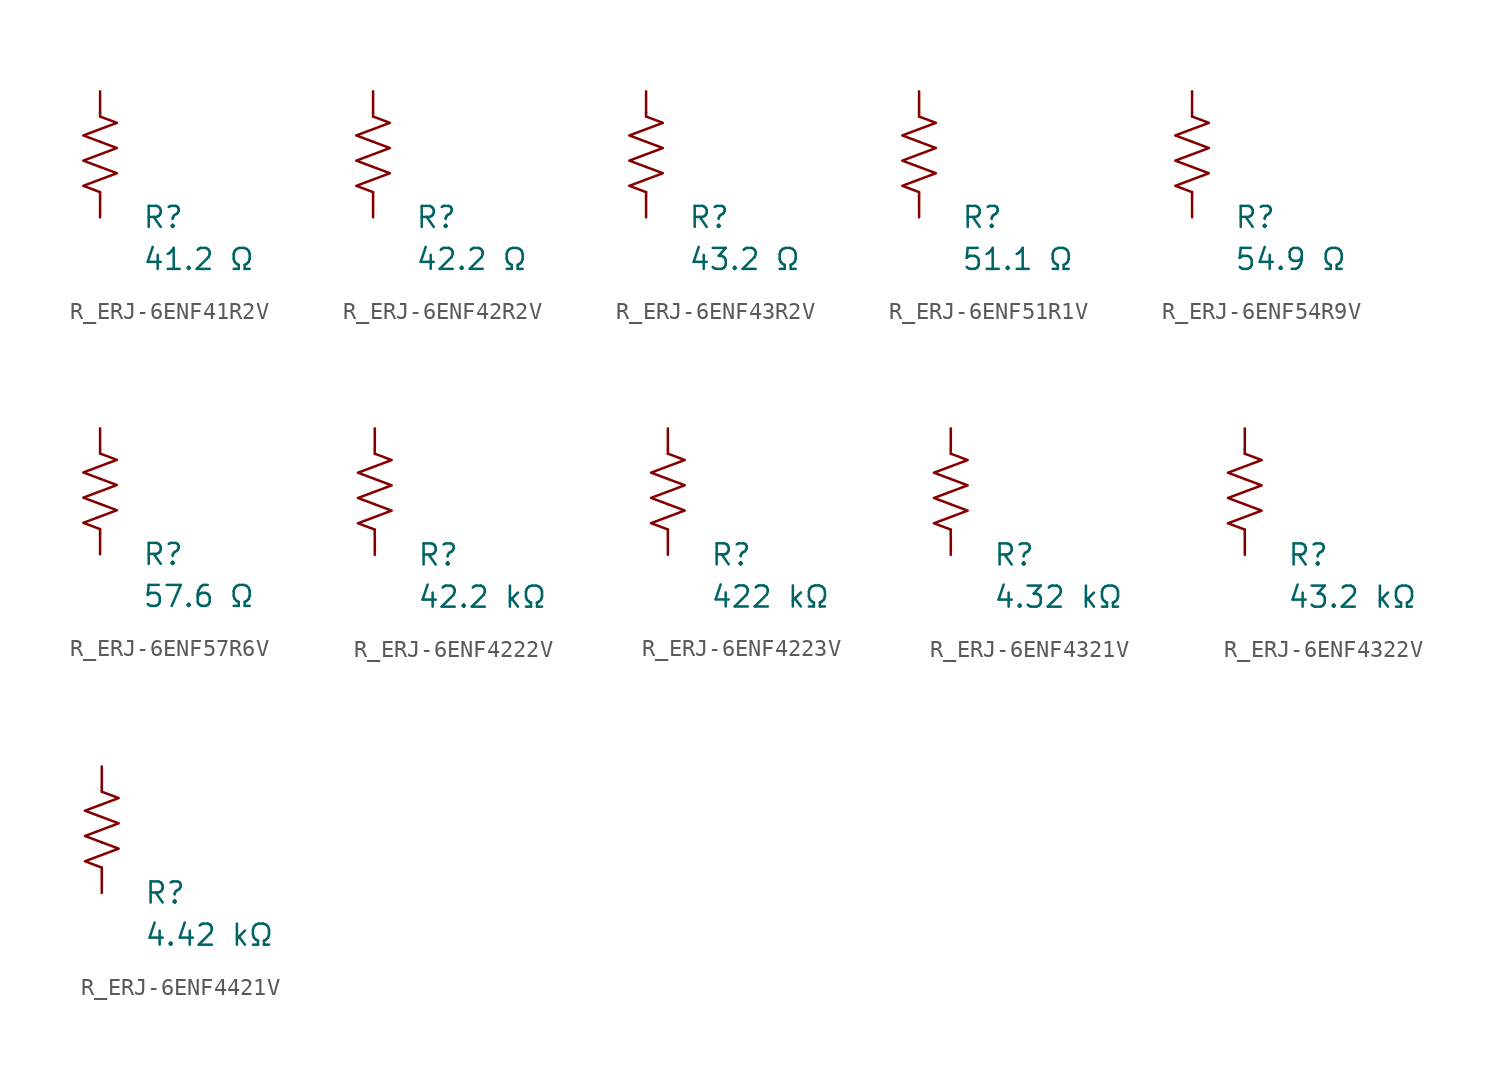
<source format=kicad_sym>
(kicad_symbol_lib
  (version 20231120)
  (generator "kicad_symbol_editor")
  (generator_version "8.0")
  (symbol "R_ERJ-6ENF41R2V"
    (pin_numbers hide)
    (pin_names
      (offset 0))
    (property "Reference" "R"
      (at 2.54 -3.81 0)
      (effects (font (size 1.27 1.27)) (justify left))
      (show_name no))
    (property "Value" "41.2 Ω"
      (at 2.54 -6.35 0)
      (effects (font (size 1.27 1.27)) (justify left))
      (show_name no))
    (symbol "R_ERJ-6ENF41R2V_0_1"
      (polyline (pts (xy 0 -2.286) (xy 0 -2.54)) (stroke (width 0) (type default)) (fill (type none)))
      (polyline (pts (xy 0 2.286) (xy 0 2.54)) (stroke (width 0) (type default)) (fill (type none)))
      (polyline (pts (xy 0 -0.762) (xy 1.016 -1.143) (xy 0 -1.524) (xy -1.016 -1.905) (xy 0 -2.286)) (stroke (width 0) (type default)) (fill (type none)))
      (polyline (pts (xy 0 0.762) (xy 1.016 0.381) (xy 0 0) (xy -1.016 -0.381) (xy 0 -0.762)) (stroke (width 0) (type default)) (fill (type none)))
      (polyline (pts (xy 0 2.286) (xy 1.016 1.905) (xy 0 1.524) (xy -1.016 1.143) (xy 0 0.762)) (stroke (width 0) (type default)) (fill (type none))))
    (symbol "R_ERJ-6ENF41R2V_1_1"
      (pin passive line (at 0 3.81 270) (length 1.27) (name "~" (effects (font (size 1.27 1.27)))) (number "1" (effects (font (size 1.27 1.27)))))
      (pin passive line (at 0 -3.81 90) (length 1.27) (name "~" (effects (font (size 1.27 1.27)))) (number "2" (effects (font (size 1.27 1.27)))))))
  (symbol "R_ERJ-6ENF42R2V"
    (pin_numbers hide)
    (pin_names
      (offset 0))
    (property "Reference" "R"
      (at 2.54 -3.81 0)
      (effects (font (size 1.27 1.27)) (justify left))
      (show_name no))
    (property "Value" "42.2 Ω"
      (at 2.54 -6.35 0)
      (effects (font (size 1.27 1.27)) (justify left))
      (show_name no))
    (symbol "R_ERJ-6ENF42R2V_0_1"
      (polyline (pts (xy 0 -2.286) (xy 0 -2.54)) (stroke (width 0) (type default)) (fill (type none)))
      (polyline (pts (xy 0 2.286) (xy 0 2.54)) (stroke (width 0) (type default)) (fill (type none)))
      (polyline (pts (xy 0 -0.762) (xy 1.016 -1.143) (xy 0 -1.524) (xy -1.016 -1.905) (xy 0 -2.286)) (stroke (width 0) (type default)) (fill (type none)))
      (polyline (pts (xy 0 0.762) (xy 1.016 0.381) (xy 0 0) (xy -1.016 -0.381) (xy 0 -0.762)) (stroke (width 0) (type default)) (fill (type none)))
      (polyline (pts (xy 0 2.286) (xy 1.016 1.905) (xy 0 1.524) (xy -1.016 1.143) (xy 0 0.762)) (stroke (width 0) (type default)) (fill (type none))))
    (symbol "R_ERJ-6ENF42R2V_1_1"
      (pin passive line (at 0 3.81 270) (length 1.27) (name "~" (effects (font (size 1.27 1.27)))) (number "1" (effects (font (size 1.27 1.27)))))
      (pin passive line (at 0 -3.81 90) (length 1.27) (name "~" (effects (font (size 1.27 1.27)))) (number "2" (effects (font (size 1.27 1.27)))))))
  (symbol "R_ERJ-6ENF43R2V"
    (pin_numbers hide)
    (pin_names
      (offset 0))
    (property "Reference" "R"
      (at 2.54 -3.81 0)
      (effects (font (size 1.27 1.27)) (justify left))
      (show_name no))
    (property "Value" "43.2 Ω"
      (at 2.54 -6.35 0)
      (effects (font (size 1.27 1.27)) (justify left))
      (show_name no))
    (symbol "R_ERJ-6ENF43R2V_0_1"
      (polyline (pts (xy 0 -2.286) (xy 0 -2.54)) (stroke (width 0) (type default)) (fill (type none)))
      (polyline (pts (xy 0 2.286) (xy 0 2.54)) (stroke (width 0) (type default)) (fill (type none)))
      (polyline (pts (xy 0 -0.762) (xy 1.016 -1.143) (xy 0 -1.524) (xy -1.016 -1.905) (xy 0 -2.286)) (stroke (width 0) (type default)) (fill (type none)))
      (polyline (pts (xy 0 0.762) (xy 1.016 0.381) (xy 0 0) (xy -1.016 -0.381) (xy 0 -0.762)) (stroke (width 0) (type default)) (fill (type none)))
      (polyline (pts (xy 0 2.286) (xy 1.016 1.905) (xy 0 1.524) (xy -1.016 1.143) (xy 0 0.762)) (stroke (width 0) (type default)) (fill (type none))))
    (symbol "R_ERJ-6ENF43R2V_1_1"
      (pin passive line (at 0 3.81 270) (length 1.27) (name "~" (effects (font (size 1.27 1.27)))) (number "1" (effects (font (size 1.27 1.27)))))
      (pin passive line (at 0 -3.81 90) (length 1.27) (name "~" (effects (font (size 1.27 1.27)))) (number "2" (effects (font (size 1.27 1.27)))))))
  (symbol "R_ERJ-6ENF51R1V"
    (pin_numbers hide)
    (pin_names
      (offset 0))
    (property "Reference" "R"
      (at 2.54 -3.81 0)
      (effects (font (size 1.27 1.27)) (justify left))
      (show_name no))
    (property "Value" "51.1 Ω"
      (at 2.54 -6.35 0)
      (effects (font (size 1.27 1.27)) (justify left))
      (show_name no))
    (symbol "R_ERJ-6ENF51R1V_0_1"
      (polyline (pts (xy 0 -2.286) (xy 0 -2.54)) (stroke (width 0) (type default)) (fill (type none)))
      (polyline (pts (xy 0 2.286) (xy 0 2.54)) (stroke (width 0) (type default)) (fill (type none)))
      (polyline (pts (xy 0 -0.762) (xy 1.016 -1.143) (xy 0 -1.524) (xy -1.016 -1.905) (xy 0 -2.286)) (stroke (width 0) (type default)) (fill (type none)))
      (polyline (pts (xy 0 0.762) (xy 1.016 0.381) (xy 0 0) (xy -1.016 -0.381) (xy 0 -0.762)) (stroke (width 0) (type default)) (fill (type none)))
      (polyline (pts (xy 0 2.286) (xy 1.016 1.905) (xy 0 1.524) (xy -1.016 1.143) (xy 0 0.762)) (stroke (width 0) (type default)) (fill (type none))))
    (symbol "R_ERJ-6ENF51R1V_1_1"
      (pin passive line (at 0 3.81 270) (length 1.27) (name "~" (effects (font (size 1.27 1.27)))) (number "1" (effects (font (size 1.27 1.27)))))
      (pin passive line (at 0 -3.81 90) (length 1.27) (name "~" (effects (font (size 1.27 1.27)))) (number "2" (effects (font (size 1.27 1.27)))))))
  (symbol "R_ERJ-6ENF54R9V"
    (pin_numbers hide)
    (pin_names
      (offset 0))
    (property "Reference" "R"
      (at 2.54 -3.81 0)
      (effects (font (size 1.27 1.27)) (justify left))
      (show_name no))
    (property "Value" "54.9 Ω"
      (at 2.54 -6.35 0)
      (effects (font (size 1.27 1.27)) (justify left))
      (show_name no))
    (symbol "R_ERJ-6ENF54R9V_0_1"
      (polyline (pts (xy 0 -2.286) (xy 0 -2.54)) (stroke (width 0) (type default)) (fill (type none)))
      (polyline (pts (xy 0 2.286) (xy 0 2.54)) (stroke (width 0) (type default)) (fill (type none)))
      (polyline (pts (xy 0 -0.762) (xy 1.016 -1.143) (xy 0 -1.524) (xy -1.016 -1.905) (xy 0 -2.286)) (stroke (width 0) (type default)) (fill (type none)))
      (polyline (pts (xy 0 0.762) (xy 1.016 0.381) (xy 0 0) (xy -1.016 -0.381) (xy 0 -0.762)) (stroke (width 0) (type default)) (fill (type none)))
      (polyline (pts (xy 0 2.286) (xy 1.016 1.905) (xy 0 1.524) (xy -1.016 1.143) (xy 0 0.762)) (stroke (width 0) (type default)) (fill (type none))))
    (symbol "R_ERJ-6ENF54R9V_1_1"
      (pin passive line (at 0 3.81 270) (length 1.27) (name "~" (effects (font (size 1.27 1.27)))) (number "1" (effects (font (size 1.27 1.27)))))
      (pin passive line (at 0 -3.81 90) (length 1.27) (name "~" (effects (font (size 1.27 1.27)))) (number "2" (effects (font (size 1.27 1.27)))))))
  (symbol "R_ERJ-6ENF57R6V"
    (pin_numbers hide)
    (pin_names
      (offset 0))
    (property "Reference" "R"
      (at 2.54 -3.81 0)
      (effects (font (size 1.27 1.27)) (justify left))
      (show_name no))
    (property "Value" "57.6 Ω"
      (at 2.54 -6.35 0)
      (effects (font (size 1.27 1.27)) (justify left))
      (show_name no))
    (symbol "R_ERJ-6ENF57R6V_0_1"
      (polyline (pts (xy 0 -2.286) (xy 0 -2.54)) (stroke (width 0) (type default)) (fill (type none)))
      (polyline (pts (xy 0 2.286) (xy 0 2.54)) (stroke (width 0) (type default)) (fill (type none)))
      (polyline (pts (xy 0 -0.762) (xy 1.016 -1.143) (xy 0 -1.524) (xy -1.016 -1.905) (xy 0 -2.286)) (stroke (width 0) (type default)) (fill (type none)))
      (polyline (pts (xy 0 0.762) (xy 1.016 0.381) (xy 0 0) (xy -1.016 -0.381) (xy 0 -0.762)) (stroke (width 0) (type default)) (fill (type none)))
      (polyline (pts (xy 0 2.286) (xy 1.016 1.905) (xy 0 1.524) (xy -1.016 1.143) (xy 0 0.762)) (stroke (width 0) (type default)) (fill (type none))))
    (symbol "R_ERJ-6ENF57R6V_1_1"
      (pin passive line (at 0 3.81 270) (length 1.27) (name "~" (effects (font (size 1.27 1.27)))) (number "1" (effects (font (size 1.27 1.27)))))
      (pin passive line (at 0 -3.81 90) (length 1.27) (name "~" (effects (font (size 1.27 1.27)))) (number "2" (effects (font (size 1.27 1.27)))))))
  (symbol "R_ERJ-6ENF4222V"
    (pin_numbers hide)
    (pin_names
      (offset 0))
    (property "Reference" "R"
      (at 2.54 -3.81 0)
      (effects (font (size 1.27 1.27)) (justify left))
      (show_name no))
    (property "Value" "42.2 kΩ"
      (at 2.54 -6.35 0)
      (effects (font (size 1.27 1.27)) (justify left))
      (show_name no))
    (symbol "R_ERJ-6ENF4222V_0_1"
      (polyline (pts (xy 0 -2.286) (xy 0 -2.54)) (stroke (width 0) (type default)) (fill (type none)))
      (polyline (pts (xy 0 2.286) (xy 0 2.54)) (stroke (width 0) (type default)) (fill (type none)))
      (polyline (pts (xy 0 -0.762) (xy 1.016 -1.143) (xy 0 -1.524) (xy -1.016 -1.905) (xy 0 -2.286)) (stroke (width 0) (type default)) (fill (type none)))
      (polyline (pts (xy 0 0.762) (xy 1.016 0.381) (xy 0 0) (xy -1.016 -0.381) (xy 0 -0.762)) (stroke (width 0) (type default)) (fill (type none)))
      (polyline (pts (xy 0 2.286) (xy 1.016 1.905) (xy 0 1.524) (xy -1.016 1.143) (xy 0 0.762)) (stroke (width 0) (type default)) (fill (type none))))
    (symbol "R_ERJ-6ENF4222V_1_1"
      (pin passive line (at 0 3.81 270) (length 1.27) (name "~" (effects (font (size 1.27 1.27)))) (number "1" (effects (font (size 1.27 1.27)))))
      (pin passive line (at 0 -3.81 90) (length 1.27) (name "~" (effects (font (size 1.27 1.27)))) (number "2" (effects (font (size 1.27 1.27)))))))
  (symbol "R_ERJ-6ENF4223V"
    (pin_numbers hide)
    (pin_names
      (offset 0))
    (property "Reference" "R"
      (at 2.54 -3.81 0)
      (effects (font (size 1.27 1.27)) (justify left))
      (show_name no))
    (property "Value" "422 kΩ"
      (at 2.54 -6.35 0)
      (effects (font (size 1.27 1.27)) (justify left))
      (show_name no))
    (symbol "R_ERJ-6ENF4223V_0_1"
      (polyline (pts (xy 0 -2.286) (xy 0 -2.54)) (stroke (width 0) (type default)) (fill (type none)))
      (polyline (pts (xy 0 2.286) (xy 0 2.54)) (stroke (width 0) (type default)) (fill (type none)))
      (polyline (pts (xy 0 -0.762) (xy 1.016 -1.143) (xy 0 -1.524) (xy -1.016 -1.905) (xy 0 -2.286)) (stroke (width 0) (type default)) (fill (type none)))
      (polyline (pts (xy 0 0.762) (xy 1.016 0.381) (xy 0 0) (xy -1.016 -0.381) (xy 0 -0.762)) (stroke (width 0) (type default)) (fill (type none)))
      (polyline (pts (xy 0 2.286) (xy 1.016 1.905) (xy 0 1.524) (xy -1.016 1.143) (xy 0 0.762)) (stroke (width 0) (type default)) (fill (type none))))
    (symbol "R_ERJ-6ENF4223V_1_1"
      (pin passive line (at 0 3.81 270) (length 1.27) (name "~" (effects (font (size 1.27 1.27)))) (number "1" (effects (font (size 1.27 1.27)))))
      (pin passive line (at 0 -3.81 90) (length 1.27) (name "~" (effects (font (size 1.27 1.27)))) (number "2" (effects (font (size 1.27 1.27)))))))
  (symbol "R_ERJ-6ENF4321V"
    (pin_numbers hide)
    (pin_names
      (offset 0))
    (property "Reference" "R"
      (at 2.54 -3.81 0)
      (effects (font (size 1.27 1.27)) (justify left))
      (show_name no))
    (property "Value" "4.32 kΩ"
      (at 2.54 -6.35 0)
      (effects (font (size 1.27 1.27)) (justify left))
      (show_name no))
    (symbol "R_ERJ-6ENF4321V_0_1"
      (polyline (pts (xy 0 -2.286) (xy 0 -2.54)) (stroke (width 0) (type default)) (fill (type none)))
      (polyline (pts (xy 0 2.286) (xy 0 2.54)) (stroke (width 0) (type default)) (fill (type none)))
      (polyline (pts (xy 0 -0.762) (xy 1.016 -1.143) (xy 0 -1.524) (xy -1.016 -1.905) (xy 0 -2.286)) (stroke (width 0) (type default)) (fill (type none)))
      (polyline (pts (xy 0 0.762) (xy 1.016 0.381) (xy 0 0) (xy -1.016 -0.381) (xy 0 -0.762)) (stroke (width 0) (type default)) (fill (type none)))
      (polyline (pts (xy 0 2.286) (xy 1.016 1.905) (xy 0 1.524) (xy -1.016 1.143) (xy 0 0.762)) (stroke (width 0) (type default)) (fill (type none))))
    (symbol "R_ERJ-6ENF4321V_1_1"
      (pin passive line (at 0 3.81 270) (length 1.27) (name "~" (effects (font (size 1.27 1.27)))) (number "1" (effects (font (size 1.27 1.27)))))
      (pin passive line (at 0 -3.81 90) (length 1.27) (name "~" (effects (font (size 1.27 1.27)))) (number "2" (effects (font (size 1.27 1.27)))))))
  (symbol "R_ERJ-6ENF4322V"
    (pin_numbers hide)
    (pin_names
      (offset 0))
    (property "Reference" "R"
      (at 2.54 -3.81 0)
      (effects (font (size 1.27 1.27)) (justify left))
      (show_name no))
    (property "Value" "43.2 kΩ"
      (at 2.54 -6.35 0)
      (effects (font (size 1.27 1.27)) (justify left))
      (show_name no))
    (symbol "R_ERJ-6ENF4322V_0_1"
      (polyline (pts (xy 0 -2.286) (xy 0 -2.54)) (stroke (width 0) (type default)) (fill (type none)))
      (polyline (pts (xy 0 2.286) (xy 0 2.54)) (stroke (width 0) (type default)) (fill (type none)))
      (polyline (pts (xy 0 -0.762) (xy 1.016 -1.143) (xy 0 -1.524) (xy -1.016 -1.905) (xy 0 -2.286)) (stroke (width 0) (type default)) (fill (type none)))
      (polyline (pts (xy 0 0.762) (xy 1.016 0.381) (xy 0 0) (xy -1.016 -0.381) (xy 0 -0.762)) (stroke (width 0) (type default)) (fill (type none)))
      (polyline (pts (xy 0 2.286) (xy 1.016 1.905) (xy 0 1.524) (xy -1.016 1.143) (xy 0 0.762)) (stroke (width 0) (type default)) (fill (type none))))
    (symbol "R_ERJ-6ENF4322V_1_1"
      (pin passive line (at 0 3.81 270) (length 1.27) (name "~" (effects (font (size 1.27 1.27)))) (number "1" (effects (font (size 1.27 1.27)))))
      (pin passive line (at 0 -3.81 90) (length 1.27) (name "~" (effects (font (size 1.27 1.27)))) (number "2" (effects (font (size 1.27 1.27)))))))
  (symbol "R_ERJ-6ENF4421V"
    (pin_numbers hide)
    (pin_names
      (offset 0))
    (property "Reference" "R"
      (at 2.54 -3.81 0)
      (effects (font (size 1.27 1.27)) (justify left))
      (show_name no))
    (property "Value" "4.42 kΩ"
      (at 2.54 -6.35 0)
      (effects (font (size 1.27 1.27)) (justify left))
      (show_name no))
    (symbol "R_ERJ-6ENF4421V_0_1"
      (polyline (pts (xy 0 -2.286) (xy 0 -2.54)) (stroke (width 0) (type default)) (fill (type none)))
      (polyline (pts (xy 0 2.286) (xy 0 2.54)) (stroke (width 0) (type default)) (fill (type none)))
      (polyline (pts (xy 0 -0.762) (xy 1.016 -1.143) (xy 0 -1.524) (xy -1.016 -1.905) (xy 0 -2.286)) (stroke (width 0) (type default)) (fill (type none)))
      (polyline (pts (xy 0 0.762) (xy 1.016 0.381) (xy 0 0) (xy -1.016 -0.381) (xy 0 -0.762)) (stroke (width 0) (type default)) (fill (type none)))
      (polyline (pts (xy 0 2.286) (xy 1.016 1.905) (xy 0 1.524) (xy -1.016 1.143) (xy 0 0.762)) (stroke (width 0) (type default)) (fill (type none))))
    (symbol "R_ERJ-6ENF4421V_1_1"
      (pin passive line (at 0 3.81 270) (length 1.27) (name "~" (effects (font (size 1.27 1.27)))) (number "1" (effects (font (size 1.27 1.27)))))
      (pin passive line (at 0 -3.81 90) (length 1.27) (name "~" (effects (font (size 1.27 1.27)))) (number "2" (effects (font (size 1.27 1.27))))))))
</source>
